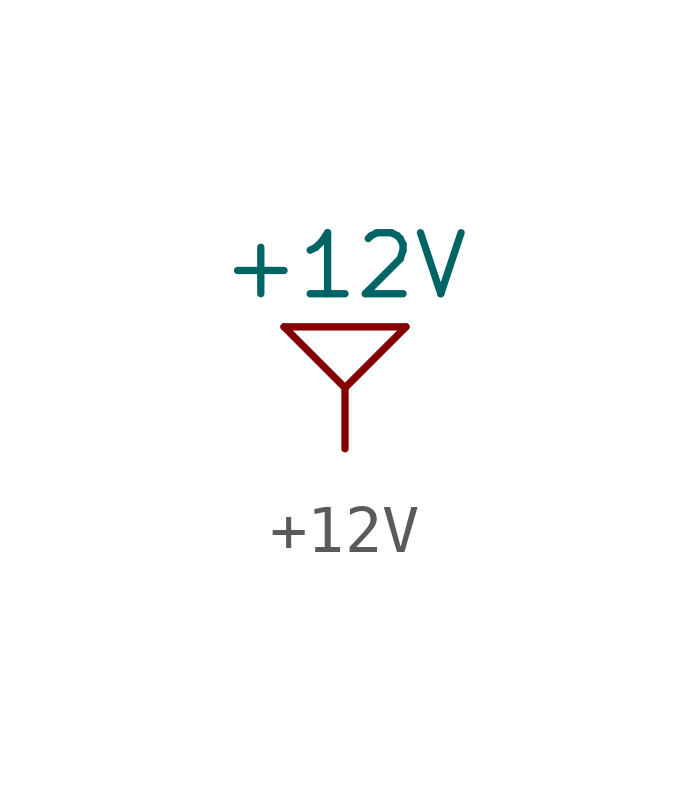
<source format=kicad_sym>
(kicad_symbol_lib
  (version 20211014)
  (generator kicad_symbol_editor)
  (symbol "+12V"
    (power)
    (pin_names
      (offset 0))
    (property "Reference" "#PWR"
      (at 0 -2.54 0)
      (effects (font (size 1.27 1.27)) hide))
    (property "Value" "+12V"
      (at 0 3.81 0)
      (effects (font (size 1.27 1.27))))
    (symbol "+12V_0_1"
      (rectangle (start -1.27 2.54) (end 1.27 2.54) (stroke (width 0) (type default) (color 0 0 0 0)) (fill (type none)))
      (polyline (pts (xy -1.27 2.54) (xy 0 1.27)) (stroke (width 0) (type default) (color 0 0 0 0)) (fill (type none)))
      (polyline (pts (xy 0 0) (xy 0 1.27)) (stroke (width 0) (type default) (color 0 0 0 0)) (fill (type none)))
      (polyline (pts (xy 0 1.27) (xy 1.27 2.54)) (stroke (width 0) (type default) (color 0 0 0 0)) (fill (type none))))
    (symbol "+12V_1_1"
      (pin power_in line (at 0 0 180) (length 0) hide (name "+12V" (effects (font (size 1.27 1.27)))) (number "1" (effects (font (size 1.27 1.27))))))))
</source>
